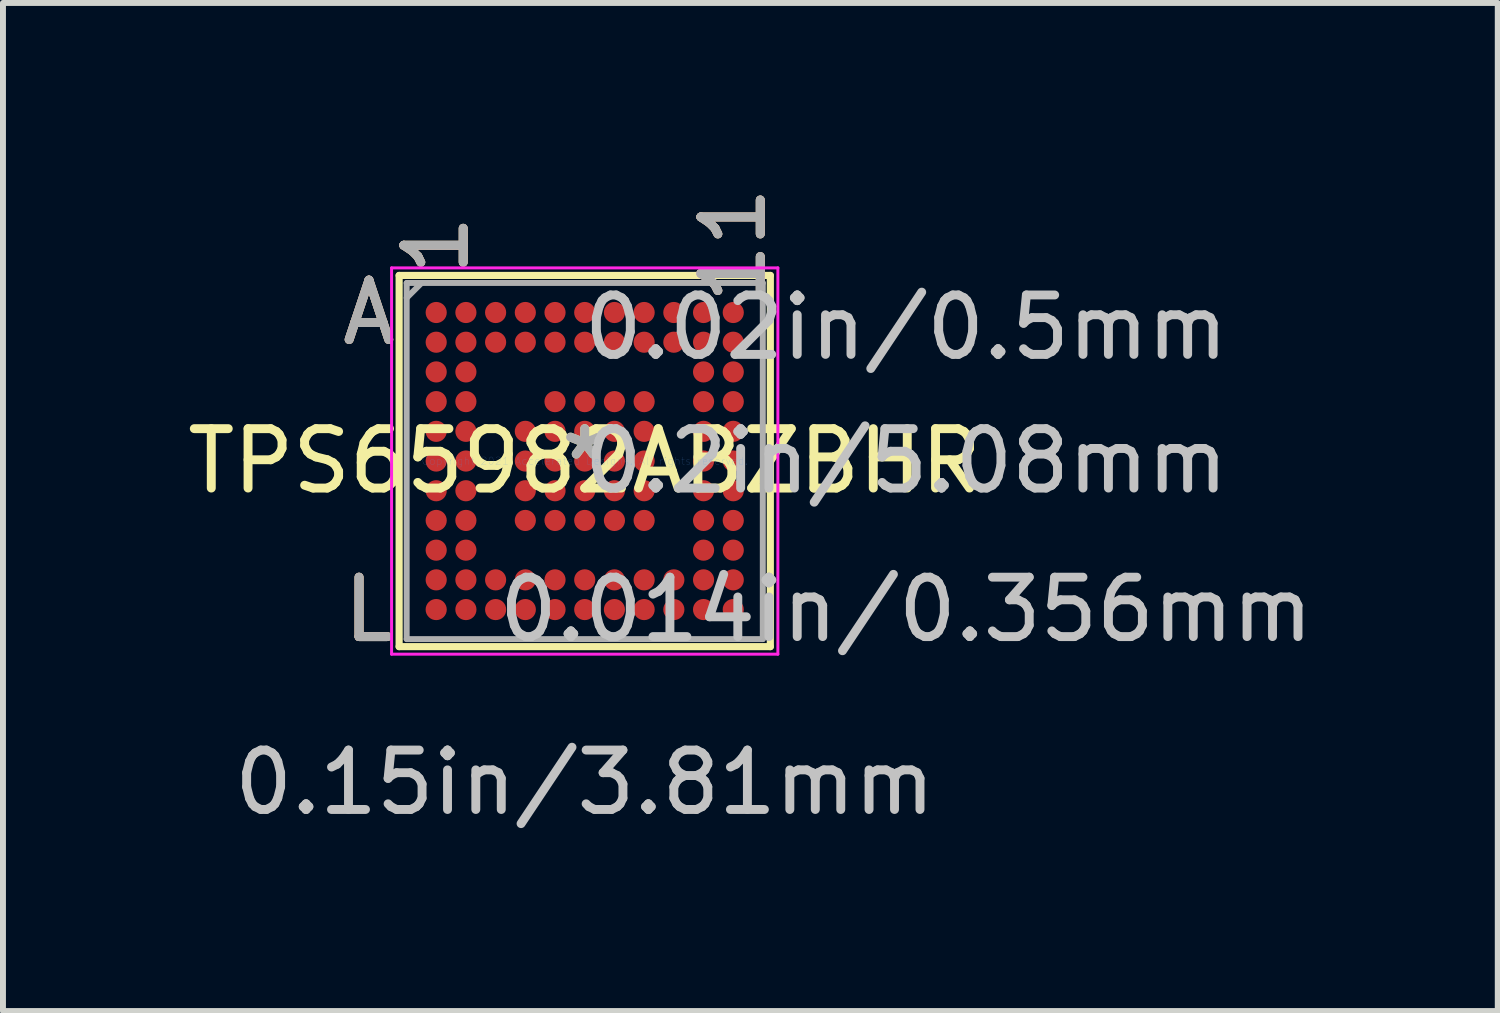
<source format=kicad_pcb>
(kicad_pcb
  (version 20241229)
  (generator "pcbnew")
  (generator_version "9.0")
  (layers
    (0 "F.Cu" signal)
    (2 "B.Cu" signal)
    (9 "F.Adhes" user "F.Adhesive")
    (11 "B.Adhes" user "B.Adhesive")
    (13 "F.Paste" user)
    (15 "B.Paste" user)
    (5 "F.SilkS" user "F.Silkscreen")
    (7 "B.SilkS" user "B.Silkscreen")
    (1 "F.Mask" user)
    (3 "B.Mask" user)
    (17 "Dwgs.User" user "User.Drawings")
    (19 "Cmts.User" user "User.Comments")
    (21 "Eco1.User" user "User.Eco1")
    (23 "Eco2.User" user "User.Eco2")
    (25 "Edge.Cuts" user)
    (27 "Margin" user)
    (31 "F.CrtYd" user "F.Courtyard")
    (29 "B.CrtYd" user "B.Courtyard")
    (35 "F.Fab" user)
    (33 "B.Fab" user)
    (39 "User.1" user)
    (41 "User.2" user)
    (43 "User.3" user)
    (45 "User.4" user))
  (footprint "TPS65982ABZBHR"
    (layer "F.Cu")
    (at 6.792 4.71)
    (property "Reference" "TPS65982ABZBHR" (at 0 0 0) (layer "F.SilkS") (effects (font (size 1 1) (thickness 0.15))))
    (attr through_hole)
    (fp_line (start -3.124 -3.124) (end -3.124 3.124) (stroke (width 0.12) (type solid)) (layer "F.SilkS"))
    (fp_line (start -3.124 3.124) (end 3.124 3.124) (stroke (width 0.12) (type solid)) (layer "F.SilkS"))
    (fp_line (start 3.124 -3.124) (end -3.124 -3.124) (stroke (width 0.12) (type solid)) (layer "F.SilkS"))
    (fp_line (start 3.124 3.124) (end 3.124 -3.124) (stroke (width 0.12) (type solid)) (layer "F.SilkS"))
    (fp_line (start -3.251 -3.251) (end 3.251 -3.251) (stroke (width 0.05) (type solid)) (layer "F.CrtYd"))
    (fp_line (start -3.251 3.251) (end -3.251 -3.251) (stroke (width 0.05) (type solid)) (layer "F.CrtYd"))
    (fp_line (start 3.251 -3.251) (end 3.251 3.251) (stroke (width 0.05) (type solid)) (layer "F.CrtYd"))
    (fp_line (start 3.251 3.251) (end -3.251 3.251) (stroke (width 0.05) (type solid)) (layer "F.CrtYd"))
    (fp_line (start -2.997 -2.997) (end -2.997 2.997) (stroke (width 0.1) (type solid)) (layer "F.Fab"))
    (fp_line (start -2.997 2.997) (end 2.997 2.997) (stroke (width 0.1) (type solid)) (layer "F.Fab"))
    (fp_line (start -2.747 -2.997) (end -2.997 -2.747) (stroke (width 0.1) (type solid)) (layer "F.Fab"))
    (fp_line (start 2.997 -2.997) (end -2.997 -2.997) (stroke (width 0.1) (type solid)) (layer "F.Fab"))
    (fp_line (start 2.997 2.997) (end 2.997 -2.997) (stroke (width 0.1) (type solid)) (layer "F.Fab"))
    (fp_text user "A" (at -3.632 -2.5 0) (layer "F.SilkS") (effects (font (size 1 1) (thickness 0.15))))
    (fp_text user "11" (at 2.5 -3.632 90) (layer "F.SilkS") (effects (font (size 1 1) (thickness 0.15))))
    (fp_text user "L" (at -3.632 2.5 0) (layer "F.SilkS") (effects (font (size 1 1) (thickness 0.15))))
    (fp_text user "*" (at 0 0 0) (layer "F.SilkS") (effects (font (size 1 1) (thickness 0.15))))
    (fp_text user "1" (at -2.5 -3.632 90) (layer "F.SilkS") (effects (font (size 1 1) (thickness 0.15))))
    (fp_text user "11" (at 2.5 -3.632 90) (layer "B.SilkS") (effects (font (size 1 1) (thickness 0.15))))
    (fp_text user "A" (at -3.632 -2.5 0) (layer "B.SilkS") (effects (font (size 1 1) (thickness 0.15))))
    (fp_text user "L" (at -3.632 2.5 0) (layer "B.SilkS") (effects (font (size 1 1) (thickness 0.15))))
    (fp_text user "1" (at -2.5 -3.632 90) (layer "B.SilkS") (effects (font (size 1 1) (thickness 0.15))))
    (fp_text user "0.014in/0.356mm" (at 5.41 2.5 0) (layer "Dwgs.User") (effects (font (size 1 1) (thickness 0.15))))
    (fp_text user "0.2in/5.08mm" (at 5.41 0 0) (layer "Dwgs.User") (effects (font (size 1 1) (thickness 0.15))))
    (fp_text user "0.02in/0.5mm" (at 5.41 -2.25 0) (layer "Dwgs.User") (effects (font (size 1 1) (thickness 0.15))))
    (fp_text user "0.15in/3.81mm" (at 0 5.41 0) (layer "Dwgs.User") (effects (font (size 1 1) (thickness 0.15))))
    (fp_text user "Copyright 2021 Accelerated Designs. All rights reserved." (at 0 0 0) (layer "Cmts.User") (effects (font (size 0.127 0.127) (thickness 0.002))))
    (fp_text user "L" (at -3.632 2.5 0) (layer "F.Fab") (effects (font (size 1 1) (thickness 0.15))))
    (fp_text user "A" (at -3.632 -2.5 0) (layer "F.Fab") (effects (font (size 1 1) (thickness 0.15))))
    (fp_text user "11" (at 2.5 -3.632 90) (layer "F.Fab") (effects (font (size 1 1) (thickness 0.15))))
    (fp_text user "*" (at 0 0 0) (layer "F.Fab") (effects (font (size 1 1) (thickness 0.15))))
    (fp_text user "1" (at -2.5 -3.632 90) (layer "F.Fab") (effects (font (size 1 1) (thickness 0.15))))
    (pad "A1" smd circle (at -2.5 -2.5) (size 0.356 0.356) (layers "F.Cu" "F.Mask" "F.Paste"))
    (pad "A2" smd circle (at -2 -2.5) (size 0.356 0.356) (layers "F.Cu" "F.Mask" "F.Paste"))
    (pad "A3" smd circle (at -1.5 -2.5) (size 0.356 0.356) (layers "F.Cu" "F.Mask" "F.Paste"))
    (pad "A4" smd circle (at -1 -2.5) (size 0.356 0.356) (layers "F.Cu" "F.Mask" "F.Paste"))
    (pad "A5" smd circle (at -0.5 -2.5) (size 0.356 0.356) (layers "F.Cu" "F.Mask" "F.Paste"))
    (pad "A6" smd circle (at 0 -2.5) (size 0.356 0.356) (layers "F.Cu" "F.Mask" "F.Paste"))
    (pad "A7" smd circle (at 0.5 -2.5) (size 0.356 0.356) (layers "F.Cu" "F.Mask" "F.Paste"))
    (pad "A8" smd circle (at 1 -2.5) (size 0.356 0.356) (layers "F.Cu" "F.Mask" "F.Paste"))
    (pad "A9" smd circle (at 1.5 -2.5) (size 0.356 0.356) (layers "F.Cu" "F.Mask" "F.Paste"))
    (pad "A10" smd circle (at 2 -2.5) (size 0.356 0.356) (layers "F.Cu" "F.Mask" "F.Paste"))
    (pad "A11" smd circle (at 2.5 -2.5) (size 0.356 0.356) (layers "F.Cu" "F.Mask" "F.Paste"))
    (pad "B1" smd circle (at -2.5 -2) (size 0.356 0.356) (layers "F.Cu" "F.Mask" "F.Paste"))
    (pad "B2" smd circle (at -2 -2) (size 0.356 0.356) (layers "F.Cu" "F.Mask" "F.Paste"))
    (pad "B3" smd circle (at -1.5 -2) (size 0.356 0.356) (layers "F.Cu" "F.Mask" "F.Paste"))
    (pad "B4" smd circle (at -1 -2) (size 0.356 0.356) (layers "F.Cu" "F.Mask" "F.Paste"))
    (pad "B5" smd circle (at -0.5 -2) (size 0.356 0.356) (layers "F.Cu" "F.Mask" "F.Paste"))
    (pad "B6" smd circle (at 0 -2) (size 0.356 0.356) (layers "F.Cu" "F.Mask" "F.Paste"))
    (pad "B7" smd circle (at 0.5 -2) (size 0.356 0.356) (layers "F.Cu" "F.Mask" "F.Paste"))
    (pad "B8" smd circle (at 1 -2) (size 0.356 0.356) (layers "F.Cu" "F.Mask" "F.Paste"))
    (pad "B9" smd circle (at 1.5 -2) (size 0.356 0.356) (layers "F.Cu" "F.Mask" "F.Paste"))
    (pad "B10" smd circle (at 2 -2) (size 0.356 0.356) (layers "F.Cu" "F.Mask" "F.Paste"))
    (pad "B11" smd circle (at 2.5 -2) (size 0.356 0.356) (layers "F.Cu" "F.Mask" "F.Paste"))
    (pad "C1" smd circle (at -2.5 -1.5) (size 0.356 0.356) (layers "F.Cu" "F.Mask" "F.Paste"))
    (pad "C2" smd circle (at -2 -1.5) (size 0.356 0.356) (layers "F.Cu" "F.Mask" "F.Paste"))
    (pad "C10" smd circle (at 2 -1.5) (size 0.356 0.356) (layers "F.Cu" "F.Mask" "F.Paste"))
    (pad "C11" smd circle (at 2.5 -1.5) (size 0.356 0.356) (layers "F.Cu" "F.Mask" "F.Paste"))
    (pad "D1" smd circle (at -2.5 -1) (size 0.356 0.356) (layers "F.Cu" "F.Mask" "F.Paste"))
    (pad "D2" smd circle (at -2 -1) (size 0.356 0.356) (layers "F.Cu" "F.Mask" "F.Paste"))
    (pad "D5" smd circle (at -0.5 -1) (size 0.356 0.356) (layers "F.Cu" "F.Mask" "F.Paste"))
    (pad "D6" smd circle (at 0 -1) (size 0.356 0.356) (layers "F.Cu" "F.Mask" "F.Paste"))
    (pad "D7" smd circle (at 0.5 -1) (size 0.356 0.356) (layers "F.Cu" "F.Mask" "F.Paste"))
    (pad "D8" smd circle (at 1 -1) (size 0.356 0.356) (layers "F.Cu" "F.Mask" "F.Paste"))
    (pad "D10" smd circle (at 2 -1) (size 0.356 0.356) (layers "F.Cu" "F.Mask" "F.Paste"))
    (pad "D11" smd circle (at 2.5 -1) (size 0.356 0.356) (layers "F.Cu" "F.Mask" "F.Paste"))
    (pad "E1" smd circle (at -2.5 -0.5) (size 0.356 0.356) (layers "F.Cu" "F.Mask" "F.Paste"))
    (pad "E2" smd circle (at -2 -0.5) (size 0.356 0.356) (layers "F.Cu" "F.Mask" "F.Paste"))
    (pad "E4" smd circle (at -1 -0.5) (size 0.356 0.356) (layers "F.Cu" "F.Mask" "F.Paste"))
    (pad "E5" smd circle (at -0.5 -0.5) (size 0.356 0.356) (layers "F.Cu" "F.Mask" "F.Paste"))
    (pad "E6" smd circle (at 0 -0.5) (size 0.356 0.356) (layers "F.Cu" "F.Mask" "F.Paste"))
    (pad "E7" smd circle (at 0.5 -0.5) (size 0.356 0.356) (layers "F.Cu" "F.Mask" "F.Paste"))
    (pad "E8" smd circle (at 1 -0.5) (size 0.356 0.356) (layers "F.Cu" "F.Mask" "F.Paste"))
    (pad "E10" smd circle (at 2 -0.5) (size 0.356 0.356) (layers "F.Cu" "F.Mask" "F.Paste"))
    (pad "E11" smd circle (at 2.5 -0.5) (size 0.356 0.356) (layers "F.Cu" "F.Mask" "F.Paste"))
    (pad "F1" smd circle (at -2.5 0) (size 0.356 0.356) (layers "F.Cu" "F.Mask" "F.Paste"))
    (pad "F2" smd circle (at -2 0) (size 0.356 0.356) (layers "F.Cu" "F.Mask" "F.Paste"))
    (pad "F4" smd circle (at -1 0) (size 0.356 0.356) (layers "F.Cu" "F.Mask" "F.Paste"))
    (pad "F5" smd circle (at -0.5 0) (size 0.356 0.356) (layers "F.Cu" "F.Mask" "F.Paste"))
    (pad "F6" smd circle (at 0 0) (size 0.356 0.356) (layers "F.Cu" "F.Mask" "F.Paste"))
    (pad "F7" smd circle (at 0.5 0) (size 0.356 0.356) (layers "F.Cu" "F.Mask" "F.Paste"))
    (pad "F8" smd circle (at 1 0) (size 0.356 0.356) (layers "F.Cu" "F.Mask" "F.Paste"))
    (pad "F10" smd circle (at 2 0) (size 0.356 0.356) (layers "F.Cu" "F.Mask" "F.Paste"))
    (pad "F11" smd circle (at 2.5 0) (size 0.356 0.356) (layers "F.Cu" "F.Mask" "F.Paste"))
    (pad "G1" smd circle (at -2.5 0.5) (size 0.356 0.356) (layers "F.Cu" "F.Mask" "F.Paste"))
    (pad "G2" smd circle (at -2 0.5) (size 0.356 0.356) (layers "F.Cu" "F.Mask" "F.Paste"))
    (pad "G4" smd circle (at -1 0.5) (size 0.356 0.356) (layers "F.Cu" "F.Mask" "F.Paste"))
    (pad "G5" smd circle (at -0.5 0.5) (size 0.356 0.356) (layers "F.Cu" "F.Mask" "F.Paste"))
    (pad "G6" smd circle (at 0 0.5) (size 0.356 0.356) (layers "F.Cu" "F.Mask" "F.Paste"))
    (pad "G7" smd circle (at 0.5 0.5) (size 0.356 0.356) (layers "F.Cu" "F.Mask" "F.Paste"))
    (pad "G8" smd circle (at 1 0.5) (size 0.356 0.356) (layers "F.Cu" "F.Mask" "F.Paste"))
    (pad "G10" smd circle (at 2 0.5) (size 0.356 0.356) (layers "F.Cu" "F.Mask" "F.Paste"))
    (pad "G11" smd circle (at 2.5 0.5) (size 0.356 0.356) (layers "F.Cu" "F.Mask" "F.Paste"))
    (pad "H1" smd circle (at -2.5 1) (size 0.356 0.356) (layers "F.Cu" "F.Mask" "F.Paste"))
    (pad "H2" smd circle (at -2 1) (size 0.356 0.356) (layers "F.Cu" "F.Mask" "F.Paste"))
    (pad "H4" smd circle (at -1 1) (size 0.356 0.356) (layers "F.Cu" "F.Mask" "F.Paste"))
    (pad "H5" smd circle (at -0.5 1) (size 0.356 0.356) (layers "F.Cu" "F.Mask" "F.Paste"))
    (pad "H6" smd circle (at 0 1) (size 0.356 0.356) (layers "F.Cu" "F.Mask" "F.Paste"))
    (pad "H7" smd circle (at 0.5 1) (size 0.356 0.356) (layers "F.Cu" "F.Mask" "F.Paste"))
    (pad "H8" smd circle (at 1 1) (size 0.356 0.356) (layers "F.Cu" "F.Mask" "F.Paste"))
    (pad "H10" smd circle (at 2 1) (size 0.356 0.356) (layers "F.Cu" "F.Mask" "F.Paste"))
    (pad "H11" smd circle (at 2.5 1) (size 0.356 0.356) (layers "F.Cu" "F.Mask" "F.Paste"))
    (pad "J1" smd circle (at -2.5 1.5) (size 0.356 0.356) (layers "F.Cu" "F.Mask" "F.Paste"))
    (pad "J2" smd circle (at -2 1.5) (size 0.356 0.356) (layers "F.Cu" "F.Mask" "F.Paste"))
    (pad "J10" smd circle (at 2 1.5) (size 0.356 0.356) (layers "F.Cu" "F.Mask" "F.Paste"))
    (pad "J11" smd circle (at 2.5 1.5) (size 0.356 0.356) (layers "F.Cu" "F.Mask" "F.Paste"))
    (pad "K1" smd circle (at -2.5 2) (size 0.356 0.356) (layers "F.Cu" "F.Mask" "F.Paste"))
    (pad "K2" smd circle (at -2 2) (size 0.356 0.356) (layers "F.Cu" "F.Mask" "F.Paste"))
    (pad "K3" smd circle (at -1.5 2) (size 0.356 0.356) (layers "F.Cu" "F.Mask" "F.Paste"))
    (pad "K4" smd circle (at -1 2) (size 0.356 0.356) (layers "F.Cu" "F.Mask" "F.Paste"))
    (pad "K5" smd circle (at -0.5 2) (size 0.356 0.356) (layers "F.Cu" "F.Mask" "F.Paste"))
    (pad "K6" smd circle (at 0 2) (size 0.356 0.356) (layers "F.Cu" "F.Mask" "F.Paste"))
    (pad "K7" smd circle (at 0.5 2) (size 0.356 0.356) (layers "F.Cu" "F.Mask" "F.Paste"))
    (pad "K8" smd circle (at 1 2) (size 0.356 0.356) (layers "F.Cu" "F.Mask" "F.Paste"))
    (pad "K9" smd circle (at 1.5 2) (size 0.356 0.356) (layers "F.Cu" "F.Mask" "F.Paste"))
    (pad "K10" smd circle (at 2 2) (size 0.356 0.356) (layers "F.Cu" "F.Mask" "F.Paste"))
    (pad "K11" smd circle (at 2.5 2) (size 0.356 0.356) (layers "F.Cu" "F.Mask" "F.Paste"))
    (pad "L1" smd circle (at -2.5 2.5) (size 0.356 0.356) (layers "F.Cu" "F.Mask" "F.Paste"))
    (pad "L2" smd circle (at -2 2.5) (size 0.356 0.356) (layers "F.Cu" "F.Mask" "F.Paste"))
    (pad "L3" smd circle (at -1.5 2.5) (size 0.356 0.356) (layers "F.Cu" "F.Mask" "F.Paste"))
    (pad "L4" smd circle (at -1 2.5) (size 0.356 0.356) (layers "F.Cu" "F.Mask" "F.Paste"))
    (pad "L5" smd circle (at -0.5 2.5) (size 0.356 0.356) (layers "F.Cu" "F.Mask" "F.Paste"))
    (pad "L6" smd circle (at 0 2.5) (size 0.356 0.356) (layers "F.Cu" "F.Mask" "F.Paste"))
    (pad "L7" smd circle (at 0.5 2.5) (size 0.356 0.356) (layers "F.Cu" "F.Mask" "F.Paste"))
    (pad "L8" smd circle (at 1 2.5) (size 0.356 0.356) (layers "F.Cu" "F.Mask" "F.Paste"))
    (pad "L9" smd circle (at 1.5 2.5) (size 0.356 0.356) (layers "F.Cu" "F.Mask" "F.Paste"))
    (pad "L10" smd circle (at 2 2.5) (size 0.356 0.356) (layers "F.Cu" "F.Mask" "F.Paste"))
    (pad "L11" smd circle (at 2.5 2.5) (size 0.356 0.356) (layers "F.Cu" "F.Mask" "F.Paste")))
  (gr_rect
    (start -3 -3)
    (end 22.16 13.968)
    (stroke (width 0.1) (type default))
    (fill no)
    (layer "Edge.Cuts")))
</source>
